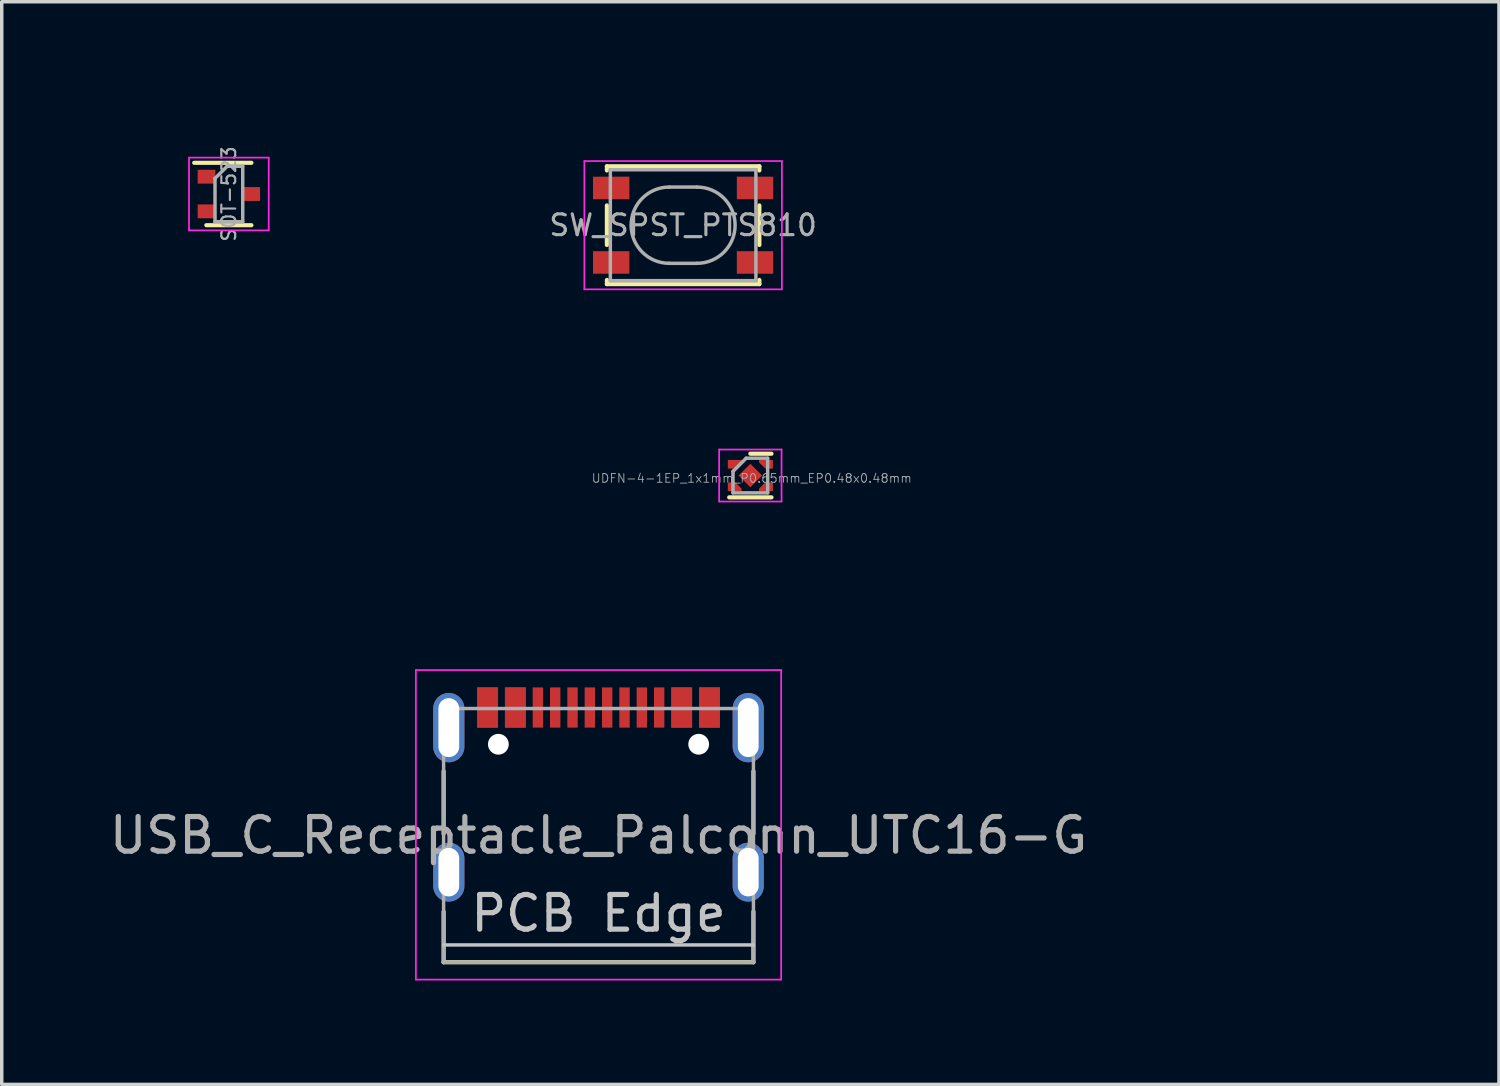
<source format=kicad_pcb>
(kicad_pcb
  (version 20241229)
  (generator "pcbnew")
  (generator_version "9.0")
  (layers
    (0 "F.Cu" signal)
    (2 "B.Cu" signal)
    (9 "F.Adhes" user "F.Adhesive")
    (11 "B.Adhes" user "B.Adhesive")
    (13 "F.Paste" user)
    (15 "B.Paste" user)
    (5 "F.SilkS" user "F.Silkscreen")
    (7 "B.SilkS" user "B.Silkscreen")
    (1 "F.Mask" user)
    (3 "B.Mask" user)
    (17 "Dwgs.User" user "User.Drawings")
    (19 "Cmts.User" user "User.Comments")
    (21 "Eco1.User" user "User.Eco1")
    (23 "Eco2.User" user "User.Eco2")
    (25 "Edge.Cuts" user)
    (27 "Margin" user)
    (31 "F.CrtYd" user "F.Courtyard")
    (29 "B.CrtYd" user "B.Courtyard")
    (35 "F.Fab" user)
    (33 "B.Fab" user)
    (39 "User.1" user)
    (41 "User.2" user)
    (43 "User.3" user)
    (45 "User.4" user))
  (footprint "SW_SPST_PTS810"
    (layer "F.Cu")
    (at 16.661 3.448)
    (property "Reference" "SW_SPST_PTS810" (at 0 -2.6 180) (layer "Eco2.User") (effects (font (size 1 1) (thickness 0.15))))
    (attr smd)
    (fp_line (start -2.2 -1.7) (end -2.2 -1.58) (stroke (width 0.12) (type solid)) (layer "F.SilkS"))
    (fp_line (start -2.2 -0.57) (end -2.2 0.57) (stroke (width 0.12) (type solid)) (layer "F.SilkS"))
    (fp_line (start -2.2 1.58) (end -2.2 1.7) (stroke (width 0.12) (type solid)) (layer "F.SilkS"))
    (fp_line (start -2.2 1.7) (end 2.2 1.7) (stroke (width 0.12) (type solid)) (layer "F.SilkS"))
    (fp_line (start 2.2 -1.7) (end -2.2 -1.7) (stroke (width 0.12) (type solid)) (layer "F.SilkS"))
    (fp_line (start 2.2 -1.58) (end 2.2 -1.7) (stroke (width 0.12) (type solid)) (layer "F.SilkS"))
    (fp_line (start 2.2 0.57) (end 2.2 -0.57) (stroke (width 0.12) (type solid)) (layer "F.SilkS"))
    (fp_line (start 2.2 1.7) (end 2.2 1.58) (stroke (width 0.12) (type solid)) (layer "F.SilkS"))
    (fp_line (start -2.85 -1.85) (end 2.85 -1.85) (stroke (width 0.05) (type solid)) (layer "F.CrtYd"))
    (fp_line (start -2.85 1.85) (end -2.85 -1.85) (stroke (width 0.05) (type solid)) (layer "F.CrtYd"))
    (fp_line (start 2.85 -1.85) (end 2.85 1.85) (stroke (width 0.05) (type solid)) (layer "F.CrtYd"))
    (fp_line (start 2.85 1.85) (end -2.85 1.85) (stroke (width 0.05) (type solid)) (layer "F.CrtYd"))
    (fp_line (start -2.1 -1.6) (end -2.1 1.6) (stroke (width 0.1) (type solid)) (layer "F.Fab"))
    (fp_line (start -2.1 1.6) (end 2.1 1.6) (stroke (width 0.1) (type solid)) (layer "F.Fab"))
    (fp_line (start -0.4 -1.1) (end 0.4 -1.1) (stroke (width 0.1) (type solid)) (layer "F.Fab"))
    (fp_line (start 0.4 1.1) (end -0.4 1.1) (stroke (width 0.1) (type solid)) (layer "F.Fab"))
    (fp_line (start 2.1 -1.6) (end -2.1 -1.6) (stroke (width 0.1) (type solid)) (layer "F.Fab"))
    (fp_line (start 2.1 1.6) (end 2.1 -1.6) (stroke (width 0.1) (type solid)) (layer "F.Fab"))
    (fp_arc (start -0.4 1.1) (mid -1.5 0) (end -0.4 -1.1) (stroke (width 0.1) (type solid)) (layer "F.Fab"))
    (fp_arc (start 0.4 -1.1) (mid 1.5 0) (end 0.4 1.1) (stroke (width 0.1) (type solid)) (layer "F.Fab"))
    (fp_text user "${REFERENCE}" (at 0 0 180) (layer "F.Fab") (effects (font (size 0.6 0.6) (thickness 0.09))))
    (pad "1" smd rect (at -2.075 -1.075) (size 1.05 0.65) (layers "F.Cu" "F.Mask" "F.Paste"))
    (pad "1" smd rect (at 2.075 -1.075) (size 1.05 0.65) (layers "F.Cu" "F.Mask" "F.Paste"))
    (pad "2" smd rect (at -2.075 1.075) (size 1.05 0.65) (layers "F.Cu" "F.Mask" "F.Paste"))
    (pad "2" smd rect (at 2.075 1.075) (size 1.05 0.65) (layers "F.Cu" "F.Mask" "F.Paste")))
  (footprint "SOT-523"
    (layer "F.Cu")
    (at 3.554 2.548)
    (property "Reference" "SOT-523" (at 0 -1.7 0) (layer "Eco2.User") (effects (font (size 1 1) (thickness 0.15))))
    (attr smd)
    (fp_line (start -1 -0.9) (end 0.65 -0.9) (stroke (width 0.12) (type solid)) (layer "F.SilkS"))
    (fp_line (start 0.65 0.9) (end -0.65 0.9) (stroke (width 0.12) (type solid)) (layer "F.SilkS"))
    (fp_line (start -1.15 -1.05) (end -1.15 1.05) (stroke (width 0.05) (type solid)) (layer "F.CrtYd"))
    (fp_line (start -1.15 -1.05) (end 1.15 -1.05) (stroke (width 0.05) (type solid)) (layer "F.CrtYd"))
    (fp_line (start 1.15 1.05) (end -1.15 1.05) (stroke (width 0.05) (type solid)) (layer "F.CrtYd"))
    (fp_line (start 1.15 1.05) (end 1.15 -1.05) (stroke (width 0.05) (type solid)) (layer "F.CrtYd"))
    (fp_line (start -0.4 -0.45) (end -0.4 0.8) (stroke (width 0.1) (type solid)) (layer "F.Fab"))
    (fp_line (start -0.4 -0.45) (end -0.05 -0.8) (stroke (width 0.1) (type solid)) (layer "F.Fab"))
    (fp_line (start -0.4 0.8) (end 0.4 0.8) (stroke (width 0.1) (type solid)) (layer "F.Fab"))
    (fp_line (start 0.4 -0.8) (end -0.05 -0.8) (stroke (width 0.1) (type solid)) (layer "F.Fab"))
    (fp_line (start 0.4 0.8) (end 0.4 -0.8) (stroke (width 0.1) (type solid)) (layer "F.Fab"))
    (fp_text user "${REFERENCE}" (at 0 0 270) (layer "F.Fab") (effects (font (size 0.4 0.4) (thickness 0.062))))
    (pad "1" smd rect (at -0.645 -0.5 180) (size 0.51 0.4) (layers "F.Cu" "F.Mask" "F.Paste"))
    (pad "2" smd rect (at -0.645 0.5 180) (size 0.51 0.4) (layers "F.Cu" "F.Mask" "F.Paste"))
    (pad "3" smd rect (at 0.645 0 180) (size 0.51 0.4) (layers "F.Cu" "F.Mask" "F.Paste")))
  (footprint "USB_C_Receptacle_Palconn_UTC16-G"
    (layer "F.Cu")
    (at 14.22 19.875)
    (property "Reference" "USB_C_Receptacle_Palconn_UTC16-G" (at 0 -4.58 180) (layer "Eco2.User") (effects (font (size 1 1) (thickness 0.15))))
    (attr smd)
    (fp_line (start -4.47 -0.67) (end -4.47 1.13) (stroke (width 0.12) (type solid)) (layer "F.SilkS"))
    (fp_line (start -4.47 4.84) (end -4.47 3.38) (stroke (width 0.12) (type solid)) (layer "F.SilkS"))
    (fp_line (start 4.47 -0.67) (end 4.47 1.13) (stroke (width 0.12) (type solid)) (layer "F.SilkS"))
    (fp_line (start 4.47 4.84) (end -4.47 4.84) (stroke (width 0.12) (type solid)) (layer "F.SilkS"))
    (fp_line (start 4.47 4.84) (end 4.47 3.38) (stroke (width 0.12) (type solid)) (layer "F.SilkS"))
    (fp_line (start -4.47 4.34) (end 4.47 4.34) (stroke (width 0.1) (type solid)) (layer "Dwgs.User"))
    (fp_line (start -5.27 -3.59) (end -5.27 5.34) (stroke (width 0.05) (type solid)) (layer "F.CrtYd"))
    (fp_line (start -5.27 5.34) (end 5.27 5.34) (stroke (width 0.05) (type solid)) (layer "F.CrtYd"))
    (fp_line (start 5.27 -3.59) (end -5.27 -3.59) (stroke (width 0.05) (type solid)) (layer "F.CrtYd"))
    (fp_line (start 5.27 5.34) (end 5.27 -3.59) (stroke (width 0.05) (type solid)) (layer "F.CrtYd"))
    (fp_line (start -4.47 -2.48) (end -4.47 4.84) (stroke (width 0.1) (type solid)) (layer "F.Fab"))
    (fp_line (start -4.47 -2.48) (end 4.47 -2.48) (stroke (width 0.1) (type solid)) (layer "F.Fab"))
    (fp_line (start 4.47 -2.48) (end 4.47 4.84) (stroke (width 0.1) (type solid)) (layer "F.Fab"))
    (fp_line (start 4.47 4.84) (end -4.47 4.84) (stroke (width 0.1) (type solid)) (layer "F.Fab"))
    (fp_text user "PCB Edge" (at 0 3.43 180) (layer "Dwgs.User") (effects (font (size 1 1) (thickness 0.15))))
    (fp_text user "${REFERENCE}" (at 0 1.18 180) (layer "F.Fab") (effects (font (size 1 1) (thickness 0.15))))
    (pad "" np_thru_hole circle (at -2.89 -1.45 180) (size 0.6 0.6) (drill 0.6) (layers "*.Cu" "*.Mask"))
    (pad "" np_thru_hole circle (at 2.89 -1.45 180) (size 0.6 0.6) (drill 0.6) (layers "*.Cu" "*.Mask"))
    (pad "A1" smd rect (at -3.2 -2.51) (size 0.6 1.16) (layers "F.Cu" "F.Mask" "F.Paste"))
    (pad "A4" smd rect (at -2.4 -2.51) (size 0.6 1.16) (layers "F.Cu" "F.Mask" "F.Paste"))
    (pad "A5" smd rect (at -1.25 -2.51 180) (size 0.3 1.16) (layers "F.Cu" "F.Mask" "F.Paste"))
    (pad "A6" smd rect (at -0.25 -2.51 180) (size 0.3 1.16) (layers "F.Cu" "F.Mask" "F.Paste"))
    (pad "A7" smd rect (at 0.25 -2.51 180) (size 0.3 1.16) (layers "F.Cu" "F.Mask" "F.Paste"))
    (pad "A8" smd rect (at 1.25 -2.51 180) (size 0.3 1.16) (layers "F.Cu" "F.Mask" "F.Paste"))
    (pad "A9" smd rect (at 2.4 -2.51) (size 0.6 1.16) (layers "F.Cu" "F.Mask" "F.Paste"))
    (pad "A12" smd rect (at 3.2 -2.51) (size 0.6 1.16) (layers "F.Cu" "F.Mask" "F.Paste"))
    (pad "B1" smd rect (at 3.2 -2.51) (size 0.6 1.16) (layers "F.Cu" "F.Mask" "F.Paste"))
    (pad "B4" smd rect (at 2.4 -2.51) (size 0.6 1.16) (layers "F.Cu" "F.Mask" "F.Paste"))
    (pad "B5" smd rect (at 1.75 -2.51 180) (size 0.3 1.16) (layers "F.Cu" "F.Mask" "F.Paste"))
    (pad "B6" smd rect (at 0.75 -2.51 180) (size 0.3 1.16) (layers "F.Cu" "F.Mask" "F.Paste"))
    (pad "B7" smd rect (at -0.75 -2.51 180) (size 0.3 1.16) (layers "F.Cu" "F.Mask" "F.Paste"))
    (pad "B8" smd rect (at -1.75 -2.51 180) (size 0.3 1.16) (layers "F.Cu" "F.Mask" "F.Paste"))
    (pad "B9" smd rect (at -2.4 -2.51) (size 0.6 1.16) (layers "F.Cu" "F.Mask" "F.Paste"))
    (pad "B12" smd rect (at -3.2 -2.51) (size 0.6 1.16) (layers "F.Cu" "F.Mask" "F.Paste"))
    (pad "S1" thru_hole oval (at -4.32 -1.93 90) (size 2 0.9) (drill oval 1.7 0.6) (layers "*.Cu" "*.Mask"))
    (pad "S1" thru_hole oval (at -4.32 2.24 90) (size 1.7 0.9) (drill oval 1.4 0.6) (layers "*.Cu" "*.Mask"))
    (pad "S1" thru_hole oval (at 4.32 -1.93 90) (size 2 0.9) (drill oval 1.7 0.6) (layers "*.Cu" "*.Mask"))
    (pad "S1" thru_hole oval (at 4.32 2.24 90) (size 1.7 0.9) (drill oval 1.4 0.6) (layers "*.Cu" "*.Mask")))
  (footprint "UDFN-4-1EP_1x1mm_P0.65mm_EP0.48x0.48mm"
    (layer "F.Cu")
    (at 18.601 10.671)
    (property "Reference" "UDFN-4-1EP_1x1mm_P0.65mm_EP0.48x0.48mm" (at 0 -1.5 0) (layer "Eco2.User") (effects (font (size 1 1) (thickness 0.15))))
    (attr smd)
    (fp_line (start 0.61 -0.63) (end 0 -0.63) (stroke (width 0.12) (type solid)) (layer "F.SilkS"))
    (fp_line (start 0.61 0.63) (end -0.61 0.63) (stroke (width 0.12) (type solid)) (layer "F.SilkS"))
    (fp_line (start -0.9 -0.75) (end 0.9 -0.75) (stroke (width 0.05) (type solid)) (layer "F.CrtYd"))
    (fp_line (start -0.9 0.75) (end -0.9 -0.75) (stroke (width 0.05) (type solid)) (layer "F.CrtYd"))
    (fp_line (start 0.9 -0.75) (end 0.9 0.75) (stroke (width 0.05) (type solid)) (layer "F.CrtYd"))
    (fp_line (start 0.9 0.75) (end -0.9 0.75) (stroke (width 0.05) (type solid)) (layer "F.CrtYd"))
    (fp_line (start -0.5 0.5) (end -0.5 -0.12) (stroke (width 0.1) (type solid)) (layer "F.Fab"))
    (fp_line (start -0.12 -0.5) (end -0.5 -0.12) (stroke (width 0.1) (type solid)) (layer "F.Fab"))
    (fp_line (start -0.12 -0.5) (end 0.5 -0.5) (stroke (width 0.1) (type solid)) (layer "F.Fab"))
    (fp_line (start 0.5 -0.5) (end 0.5 0.5) (stroke (width 0.1) (type solid)) (layer "F.Fab"))
    (fp_line (start 0.5 0.5) (end -0.5 0.5) (stroke (width 0.1) (type solid)) (layer "F.Fab"))
    (fp_text user "${REFERENCE}" (at 0.04 0.08 0) (layer "F.Fab") (effects (font (size 0.25 0.25) (thickness 0.025))))
    (pad "1" smd custom (at -0.54 -0.325) (size 0.22 0.25) (layers "F.Cu" "F.Mask" "F.Paste") (options (anchor rect)) (primitives (gr_poly (pts (xy 0.11 0.125) (xy 0.11 -0.125) (xy 0.36 -0.125)) (width 0) (fill yes))))
    (pad "2" smd custom (at -0.54 0.325) (size 0.22 0.25) (layers "F.Cu" "F.Mask" "F.Paste") (options (anchor rect)) (primitives (gr_poly (pts (xy 0.29 0.055) (xy 0.29 0.125) (xy 0.11 0.125) (xy 0.11 -0.125)) (width 0) (fill yes))))
    (pad "3" smd custom (at 0.54 0.325) (size 0.22 0.25) (layers "F.Cu" "F.Mask" "F.Paste") (options (anchor rect)) (primitives (gr_poly (pts (xy -0.11 0.125) (xy -0.29 0.125) (xy -0.29 0.055) (xy -0.11 -0.125)) (width 0) (fill yes))))
    (pad "4" smd custom (at 0.54 -0.325) (size 0.22 0.25) (layers "F.Cu" "F.Mask" "F.Paste") (options (anchor rect)) (primitives (gr_poly (pts (xy -0.11 0.125) (xy -0.29 -0.055) (xy -0.29 -0.125) (xy -0.11 -0.125)) (width 0) (fill yes))))
    (pad "5" smd rect (at 0 0 45) (size 0.48 0.48) (layers "F.Cu" "F.Mask" "F.Paste")))
  (gr_rect
    (start -3 -3)
    (end 40.202 28.24)
    (stroke (width 0.1) (type default))
    (fill no)
    (layer "Edge.Cuts")))
</source>
